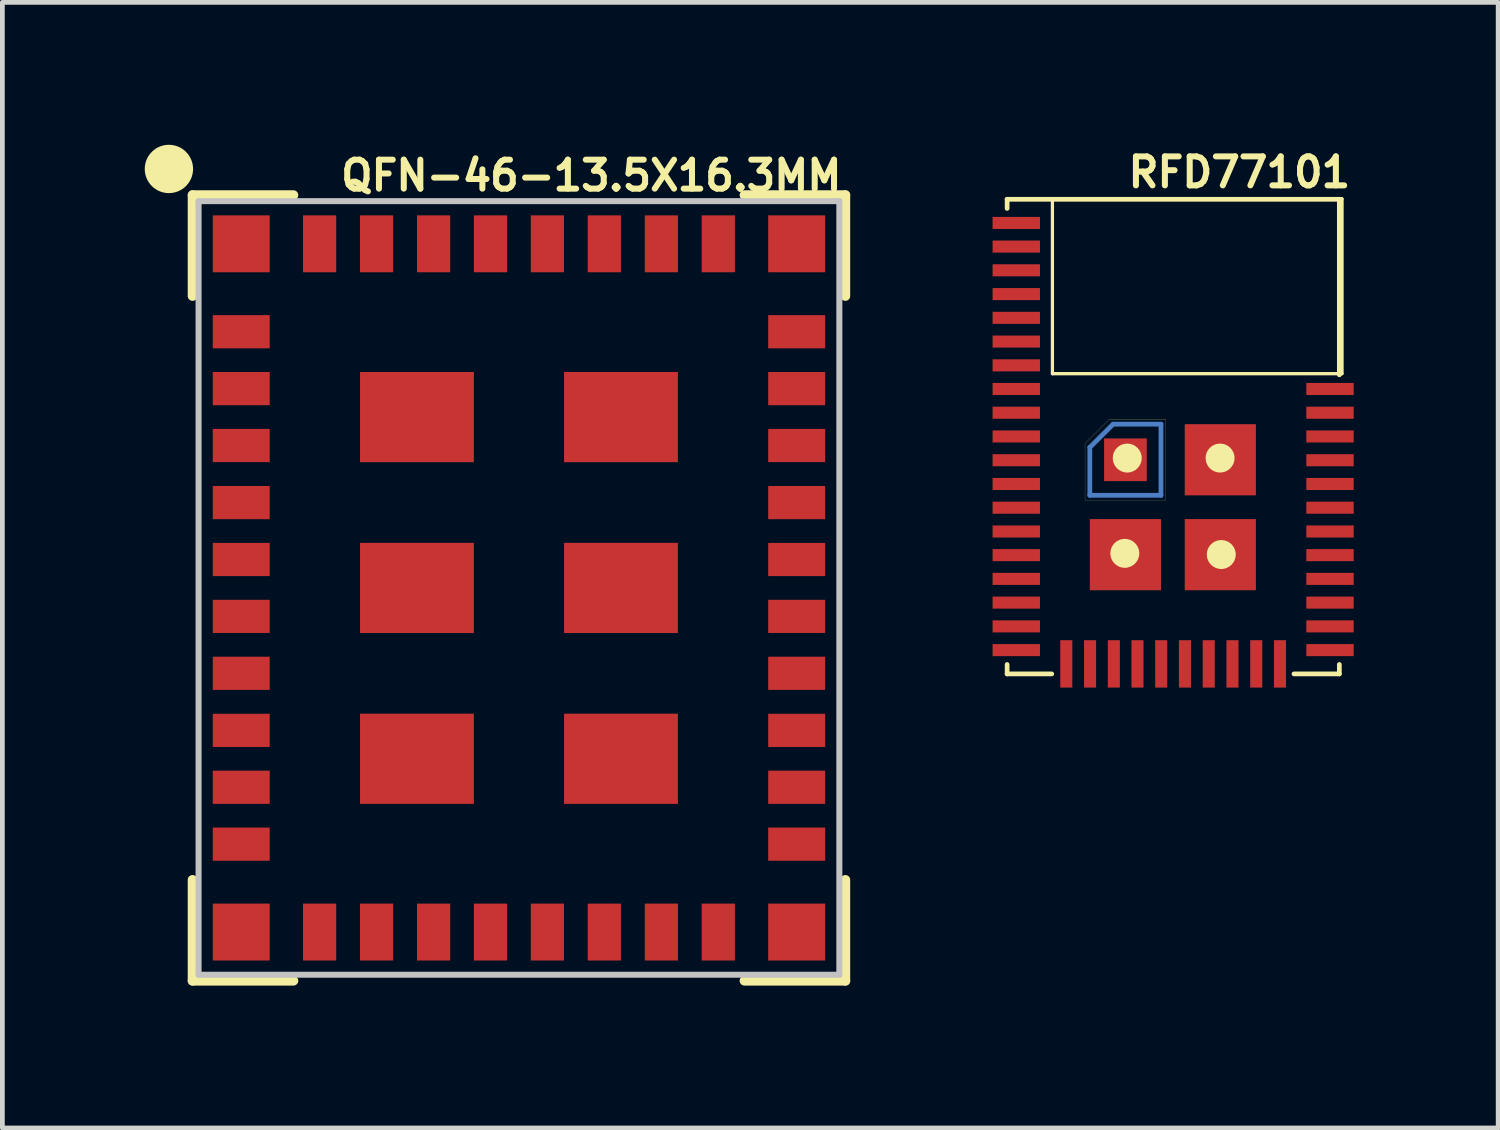
<source format=kicad_pcb>
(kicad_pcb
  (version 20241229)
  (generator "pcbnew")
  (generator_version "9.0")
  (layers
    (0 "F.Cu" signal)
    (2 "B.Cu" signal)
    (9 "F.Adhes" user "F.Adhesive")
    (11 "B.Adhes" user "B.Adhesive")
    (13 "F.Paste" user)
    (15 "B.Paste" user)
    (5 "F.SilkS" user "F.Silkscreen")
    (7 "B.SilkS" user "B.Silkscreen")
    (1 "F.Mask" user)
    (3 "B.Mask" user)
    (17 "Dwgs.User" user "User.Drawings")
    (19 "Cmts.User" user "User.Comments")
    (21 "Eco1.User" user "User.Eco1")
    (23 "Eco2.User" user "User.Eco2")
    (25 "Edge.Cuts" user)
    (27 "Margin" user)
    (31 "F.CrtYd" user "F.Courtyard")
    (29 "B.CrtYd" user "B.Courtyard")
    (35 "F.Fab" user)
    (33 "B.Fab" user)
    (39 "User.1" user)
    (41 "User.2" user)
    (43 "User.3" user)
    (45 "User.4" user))
  (footprint "RFD77101"
    (layer "F.Cu")
    (at 18.358 1.646)
    (property "Reference" "RFD77101" (at 4.699 -1.067 0) (layer "F.SilkS") (effects (font (size 0.61 0.61) (thickness 0.127))))
    (attr smd)
    (fp_line (start 1.549 4.729) (end 2.04 4.239) (stroke (width 0.1) (type solid)) (layer "B.Cu"))
    (fp_line (start 1.549 5.738) (end 1.549 4.729) (stroke (width 0.1) (type solid)) (layer "B.Cu"))
    (fp_line (start 2.04 4.239) (end 3.048 4.239) (stroke (width 0.1) (type solid)) (layer "B.Cu"))
    (fp_line (start 3.048 4.239) (end 3.048 5.738) (stroke (width 0.1) (type solid)) (layer "B.Cu"))
    (fp_line (start 3.048 5.738) (end 1.549 5.738) (stroke (width 0.1) (type solid)) (layer "B.Cu"))
    (fp_line (start -0.193 -0.498) (end 6.805 -0.498) (stroke (width 0.099) (type solid)) (layer "F.SilkS"))
    (fp_line (start -0.193 -0.305) (end -0.193 -0.498) (stroke (width 0.099) (type solid)) (layer "F.SilkS"))
    (fp_line (start -0.193 9.5) (end -0.193 9.301) (stroke (width 0.099) (type solid)) (layer "F.SilkS"))
    (fp_line (start -0.193 9.5) (end 0.747 9.5) (stroke (width 0.099) (type solid)) (layer "F.SilkS"))
    (fp_line (start 0.762 -0.508) (end 6.858 -0.508) (stroke (width 0.066) (type solid)) (layer "F.SilkS"))
    (fp_line (start 0.762 -0.508) (end 6.858 -0.508) (stroke (width 0.066) (type solid)) (layer "F.SilkS"))
    (fp_line (start 0.762 3.175) (end 0.762 -0.508) (stroke (width 0.066) (type solid)) (layer "F.SilkS"))
    (fp_line (start 0.762 3.175) (end 0.762 -0.508) (stroke (width 0.066) (type solid)) (layer "F.SilkS"))
    (fp_line (start 0.762 3.175) (end 6.858 3.175) (stroke (width 0.066) (type solid)) (layer "F.SilkS"))
    (fp_line (start 0.762 3.175) (end 6.858 3.175) (stroke (width 0.066) (type solid)) (layer "F.SilkS"))
    (fp_line (start 1.448 4.648) (end 1.448 5.839) (stroke (width 0.003) (type solid)) (layer "F.SilkS"))
    (fp_line (start 1.448 5.839) (end 3.15 5.839) (stroke (width 0.003) (type solid)) (layer "F.SilkS"))
    (fp_line (start 1.958 4.138) (end 1.448 4.648) (stroke (width 0.003) (type solid)) (layer "F.SilkS"))
    (fp_line (start 3.15 4.138) (end 1.958 4.138) (stroke (width 0.003) (type solid)) (layer "F.SilkS"))
    (fp_line (start 3.15 5.839) (end 3.15 4.138) (stroke (width 0.003) (type solid)) (layer "F.SilkS"))
    (fp_line (start 5.85 9.5) (end 6.805 9.5) (stroke (width 0.099) (type solid)) (layer "F.SilkS"))
    (fp_line (start 6.805 -0.498) (end 6.805 3.2) (stroke (width 0.099) (type solid)) (layer "F.SilkS"))
    (fp_line (start 6.805 9.5) (end 6.805 9.301) (stroke (width 0.099) (type solid)) (layer "F.SilkS"))
    (fp_line (start 6.858 3.175) (end 6.858 -0.508) (stroke (width 0.066) (type solid)) (layer "F.SilkS"))
    (fp_line (start 6.858 3.175) (end 6.858 -0.508) (stroke (width 0.066) (type solid)) (layer "F.SilkS"))
    (fp_circle (center 2.286 6.96) (end 2.286 6.655) (stroke (width 0) (type solid)) (fill yes) (layer "F.SilkS"))
    (fp_circle (center 2.337 4.953) (end 2.337 4.648) (stroke (width 0) (type solid)) (fill yes) (layer "F.SilkS"))
    (fp_circle (center 4.293 4.953) (end 4.293 4.648) (stroke (width 0) (type solid)) (fill yes) (layer "F.SilkS"))
    (fp_circle (center 4.318 6.985) (end 4.318 6.68) (stroke (width 0) (type solid)) (fill yes) (layer "F.SilkS"))
    (pad "1" smd rect (at 0 0) (size 0.998 0.254) (layers "F.Cu" "F.Mask" "F.Paste"))
    (pad "2" smd rect (at 0 0.498) (size 0.998 0.254) (layers "F.Cu" "F.Mask" "F.Paste"))
    (pad "3" smd rect (at 0 0.998) (size 0.998 0.254) (layers "F.Cu" "F.Mask" "F.Paste"))
    (pad "4" smd rect (at 0 1.499) (size 0.998 0.254) (layers "F.Cu" "F.Mask" "F.Paste"))
    (pad "5" smd rect (at 0 1.999) (size 0.998 0.254) (layers "F.Cu" "F.Mask" "F.Paste"))
    (pad "6" smd rect (at 0 2.499) (size 0.998 0.254) (layers "F.Cu" "F.Mask" "F.Paste"))
    (pad "7" smd rect (at 0 3) (size 0.998 0.254) (layers "F.Cu" "F.Mask" "F.Paste"))
    (pad "8" smd rect (at 0 3.498) (size 0.998 0.254) (layers "F.Cu" "F.Mask" "F.Paste"))
    (pad "9" smd rect (at 0 3.998) (size 0.998 0.254) (layers "F.Cu" "F.Mask" "F.Paste"))
    (pad "10" smd rect (at 0 4.498) (size 0.998 0.254) (layers "F.Cu" "F.Mask" "F.Paste"))
    (pad "11" smd rect (at 0 4.999) (size 0.998 0.254) (layers "F.Cu" "F.Mask" "F.Paste"))
    (pad "12" smd rect (at 0 5.499) (size 0.998 0.254) (layers "F.Cu" "F.Mask" "F.Paste"))
    (pad "13" smd rect (at 0 5.999) (size 0.998 0.254) (layers "F.Cu" "F.Mask" "F.Paste"))
    (pad "14" smd rect (at 0 6.5) (size 0.998 0.254) (layers "F.Cu" "F.Mask" "F.Paste"))
    (pad "15" smd rect (at 0 6.998) (size 0.998 0.254) (layers "F.Cu" "F.Mask" "F.Paste"))
    (pad "16" smd rect (at 0 7.498) (size 0.998 0.254) (layers "F.Cu" "F.Mask" "F.Paste"))
    (pad "17" smd rect (at 0 7.998) (size 0.998 0.254) (layers "F.Cu" "F.Mask" "F.Paste"))
    (pad "18" smd rect (at 0 8.499) (size 0.998 0.254) (layers "F.Cu" "F.Mask" "F.Paste"))
    (pad "19" smd rect (at 0 8.999) (size 0.998 0.254) (layers "F.Cu" "F.Mask" "F.Paste"))
    (pad "20" smd rect (at 1.054 9.289 90) (size 0.998 0.254) (layers "F.Cu" "F.Mask" "F.Paste"))
    (pad "21" smd rect (at 1.554 9.289 90) (size 0.998 0.254) (layers "F.Cu" "F.Mask" "F.Paste"))
    (pad "22" smd rect (at 2.055 9.289 90) (size 0.998 0.254) (layers "F.Cu" "F.Mask" "F.Paste"))
    (pad "23" smd rect (at 2.553 9.289 90) (size 0.998 0.254) (layers "F.Cu" "F.Mask" "F.Paste"))
    (pad "24" smd rect (at 3.053 9.289 90) (size 0.998 0.254) (layers "F.Cu" "F.Mask" "F.Paste"))
    (pad "25" smd rect (at 3.553 9.289 90) (size 0.998 0.254) (layers "F.Cu" "F.Mask" "F.Paste"))
    (pad "26" smd rect (at 4.054 9.289 90) (size 0.998 0.254) (layers "F.Cu" "F.Mask" "F.Paste"))
    (pad "27" smd rect (at 4.554 9.289 90) (size 0.998 0.254) (layers "F.Cu" "F.Mask" "F.Paste"))
    (pad "28" smd rect (at 5.055 9.289 90) (size 0.998 0.254) (layers "F.Cu" "F.Mask" "F.Paste"))
    (pad "29" smd rect (at 5.555 9.289 90) (size 0.998 0.254) (layers "F.Cu" "F.Mask" "F.Paste"))
    (pad "30" smd rect (at 6.609 8.999) (size 0.998 0.254) (layers "F.Cu" "F.Mask" "F.Paste"))
    (pad "31" smd rect (at 6.609 8.499) (size 0.998 0.254) (layers "F.Cu" "F.Mask" "F.Paste"))
    (pad "32" smd rect (at 6.609 7.998) (size 0.998 0.254) (layers "F.Cu" "F.Mask" "F.Paste"))
    (pad "33" smd rect (at 6.609 7.498) (size 0.998 0.254) (layers "F.Cu" "F.Mask" "F.Paste"))
    (pad "34" smd rect (at 6.609 6.998) (size 0.998 0.254) (layers "F.Cu" "F.Mask" "F.Paste"))
    (pad "35" smd rect (at 6.609 6.5) (size 0.998 0.254) (layers "F.Cu" "F.Mask" "F.Paste"))
    (pad "36" smd rect (at 6.609 5.999) (size 0.998 0.254) (layers "F.Cu" "F.Mask" "F.Paste"))
    (pad "37" smd rect (at 6.609 5.499) (size 0.998 0.254) (layers "F.Cu" "F.Mask" "F.Paste"))
    (pad "38" smd rect (at 6.609 4.999) (size 0.998 0.254) (layers "F.Cu" "F.Mask" "F.Paste"))
    (pad "39" smd rect (at 6.609 4.498) (size 0.998 0.254) (layers "F.Cu" "F.Mask" "F.Paste"))
    (pad "40" smd rect (at 6.609 3.998) (size 0.998 0.254) (layers "F.Cu" "F.Mask" "F.Paste"))
    (pad "41" smd rect (at 6.609 3.498) (size 0.998 0.254) (layers "F.Cu" "F.Mask" "F.Paste"))
    (pad "42" smd rect (at 2.299 4.989) (size 0.899 0.899) (layers "F.Cu" "F.Mask" "F.Paste"))
    (pad "43" smd rect (at 2.299 6.988) (size 1.499 1.499) (layers "F.Cu" "F.Mask" "F.Paste"))
    (pad "44" smd rect (at 4.298 6.988) (size 1.499 1.499) (layers "F.Cu" "F.Mask" "F.Paste"))
    (pad "45" smd rect (at 4.298 4.989) (size 1.499 1.499) (layers "F.Cu" "F.Mask" "F.Paste")))
  (footprint "QFN-46-13.5X16.3MM"
    (layer "F.Cu")
    (at 7.882 9.335)
    (property "Reference" "QFN-46-13.5X16.3MM" (at 1.524 -8.687 0) (layer "F.SilkS") (effects (font (size 0.61 0.61) (thickness 0.127))))
    (attr smd)
    (fp_line (start -6.876 -8.275) (end -4.75 -8.275) (stroke (width 0.203) (type solid)) (layer "F.SilkS"))
    (fp_line (start -6.876 -6.149) (end -6.876 -8.275) (stroke (width 0.203) (type solid)) (layer "F.SilkS"))
    (fp_line (start -6.876 8.275) (end -6.876 6.149) (stroke (width 0.203) (type solid)) (layer "F.SilkS"))
    (fp_line (start -4.75 8.275) (end -6.876 8.275) (stroke (width 0.203) (type solid)) (layer "F.SilkS"))
    (fp_line (start 4.75 -8.275) (end 6.876 -8.275) (stroke (width 0.203) (type solid)) (layer "F.SilkS"))
    (fp_line (start 6.876 -8.275) (end 6.876 -6.149) (stroke (width 0.203) (type solid)) (layer "F.SilkS"))
    (fp_line (start 6.876 6.149) (end 6.876 8.275) (stroke (width 0.203) (type solid)) (layer "F.SilkS"))
    (fp_line (start 6.876 8.275) (end 4.75 8.275) (stroke (width 0.203) (type solid)) (layer "F.SilkS"))
    (fp_circle (center -7.374 -8.826) (end -7.374 -9.335) (stroke (width 0) (type solid)) (fill yes) (layer "F.SilkS"))
    (fp_line (start -6.749 -8.148) (end 6.749 -8.148) (stroke (width 0.127) (type solid)) (layer "Dwgs.User"))
    (fp_line (start -6.749 8.148) (end -6.749 -8.148) (stroke (width 0.127) (type solid)) (layer "Dwgs.User"))
    (fp_line (start 6.749 -8.148) (end 6.749 8.148) (stroke (width 0.127) (type solid)) (layer "Dwgs.User"))
    (fp_line (start 6.749 8.148) (end -6.749 8.148) (stroke (width 0.127) (type solid)) (layer "Dwgs.User"))
    (pad "GND@" smd rect (at -5.85 -7.249) (size 1.199 1.199) (layers "F.Cu" "F.Mask" "F.Paste"))
    (pad "GND@" smd rect (at -5.85 7.249) (size 1.199 1.199) (layers "F.Cu" "F.Mask" "F.Paste"))
    (pad "GND@" smd rect (at -2.149 -3.599) (size 2.398 1.9) (layers "F.Cu" "F.Mask" "F.Paste"))
    (pad "GND@" smd rect (at -2.149 0) (size 2.398 1.9) (layers "F.Cu" "F.Mask" "F.Paste"))
    (pad "GND@" smd rect (at -2.149 3.599) (size 2.398 1.9) (layers "F.Cu" "F.Mask" "F.Paste"))
    (pad "GND@" smd rect (at 2.149 -3.599) (size 2.398 1.9) (layers "F.Cu" "F.Mask" "F.Paste"))
    (pad "GND@" smd rect (at 2.149 0) (size 2.398 1.9) (layers "F.Cu" "F.Mask" "F.Paste"))
    (pad "GND@" smd rect (at 2.149 3.599) (size 2.398 1.9) (layers "F.Cu" "F.Mask" "F.Paste"))
    (pad "GND@" smd rect (at 5.85 -7.249) (size 1.199 1.199) (layers "F.Cu" "F.Mask" "F.Paste"))
    (pad "GND@" smd rect (at 5.85 7.249) (size 1.199 1.199) (layers "F.Cu" "F.Mask" "F.Paste"))
    (pad "P$1" smd rect (at -5.85 -5.397) (size 1.199 0.699) (layers "F.Cu" "F.Mask" "F.Paste"))
    (pad "P$2" smd rect (at -5.85 -4.199) (size 1.199 0.699) (layers "F.Cu" "F.Mask" "F.Paste"))
    (pad "P$3" smd rect (at -5.85 -3) (size 1.199 0.699) (layers "F.Cu" "F.Mask" "F.Paste"))
    (pad "P$4" smd rect (at -5.85 -1.798) (size 1.199 0.699) (layers "F.Cu" "F.Mask" "F.Paste"))
    (pad "P$5" smd rect (at -5.85 -0.599) (size 1.199 0.699) (layers "F.Cu" "F.Mask" "F.Paste"))
    (pad "P$6" smd rect (at -5.85 0.599) (size 1.199 0.699) (layers "F.Cu" "F.Mask" "F.Paste"))
    (pad "P$7" smd rect (at -5.85 1.798) (size 1.199 0.699) (layers "F.Cu" "F.Mask" "F.Paste"))
    (pad "P$8" smd rect (at -5.85 3) (size 1.199 0.699) (layers "F.Cu" "F.Mask" "F.Paste"))
    (pad "P$9" smd rect (at -5.85 4.199) (size 1.199 0.699) (layers "F.Cu" "F.Mask" "F.Paste"))
    (pad "P$10" smd rect (at -5.85 5.397) (size 1.199 0.699) (layers "F.Cu" "F.Mask" "F.Paste"))
    (pad "P$11" smd rect (at -4.199 7.249 90) (size 1.199 0.699) (layers "F.Cu" "F.Mask" "F.Paste"))
    (pad "P$12" smd rect (at -3 7.249 90) (size 1.199 0.699) (layers "F.Cu" "F.Mask" "F.Paste"))
    (pad "P$13" smd rect (at -1.798 7.249 90) (size 1.199 0.699) (layers "F.Cu" "F.Mask" "F.Paste"))
    (pad "P$14" smd rect (at -0.599 7.249 90) (size 1.199 0.699) (layers "F.Cu" "F.Mask" "F.Paste"))
    (pad "P$15" smd rect (at 0.599 7.249 90) (size 1.199 0.699) (layers "F.Cu" "F.Mask" "F.Paste"))
    (pad "P$16" smd rect (at 1.798 7.249 90) (size 1.199 0.699) (layers "F.Cu" "F.Mask" "F.Paste"))
    (pad "P$17" smd rect (at 3 7.249 90) (size 1.199 0.699) (layers "F.Cu" "F.Mask" "F.Paste"))
    (pad "P$18" smd rect (at 4.199 7.249 90) (size 1.199 0.699) (layers "F.Cu" "F.Mask" "F.Paste"))
    (pad "P$19" smd rect (at 5.85 5.397) (size 1.199 0.699) (layers "F.Cu" "F.Mask" "F.Paste"))
    (pad "P$20" smd rect (at 5.85 4.199) (size 1.199 0.699) (layers "F.Cu" "F.Mask" "F.Paste"))
    (pad "P$21" smd rect (at 5.85 3) (size 1.199 0.699) (layers "F.Cu" "F.Mask" "F.Paste"))
    (pad "P$22" smd rect (at 5.85 1.798) (size 1.199 0.699) (layers "F.Cu" "F.Mask" "F.Paste"))
    (pad "P$23" smd rect (at 5.85 0.599) (size 1.199 0.699) (layers "F.Cu" "F.Mask" "F.Paste"))
    (pad "P$24" smd rect (at 5.85 -0.599) (size 1.199 0.699) (layers "F.Cu" "F.Mask" "F.Paste"))
    (pad "P$25" smd rect (at 5.85 -1.798) (size 1.199 0.699) (layers "F.Cu" "F.Mask" "F.Paste"))
    (pad "P$26" smd rect (at 5.85 -3) (size 1.199 0.699) (layers "F.Cu" "F.Mask" "F.Paste"))
    (pad "P$27" smd rect (at 5.85 -4.199) (size 1.199 0.699) (layers "F.Cu" "F.Mask" "F.Paste"))
    (pad "P$28" smd rect (at 5.85 -5.397) (size 1.199 0.699) (layers "F.Cu" "F.Mask" "F.Paste"))
    (pad "P$29" smd rect (at 4.199 -7.249 270) (size 1.199 0.699) (layers "F.Cu" "F.Mask" "F.Paste"))
    (pad "P$30" smd rect (at 3 -7.249 270) (size 1.199 0.699) (layers "F.Cu" "F.Mask" "F.Paste"))
    (pad "P$31" smd rect (at 1.798 -7.249 270) (size 1.199 0.699) (layers "F.Cu" "F.Mask" "F.Paste"))
    (pad "P$32" smd rect (at 0.599 -7.249 270) (size 1.199 0.699) (layers "F.Cu" "F.Mask" "F.Paste"))
    (pad "P$33" smd rect (at -0.599 -7.249 270) (size 1.199 0.699) (layers "F.Cu" "F.Mask" "F.Paste"))
    (pad "P$34" smd rect (at -1.798 -7.249 270) (size 1.199 0.699) (layers "F.Cu" "F.Mask" "F.Paste"))
    (pad "P$35" smd rect (at -3 -7.249 270) (size 1.199 0.699) (layers "F.Cu" "F.Mask" "F.Paste"))
    (pad "P$36" smd rect (at -4.199 -7.249 270) (size 1.199 0.699) (layers "F.Cu" "F.Mask" "F.Paste")))
  (gr_rect
    (start -3 -3)
    (end 28.509 20.711)
    (stroke (width 0.1) (type default))
    (fill no)
    (layer "Edge.Cuts")))
</source>
